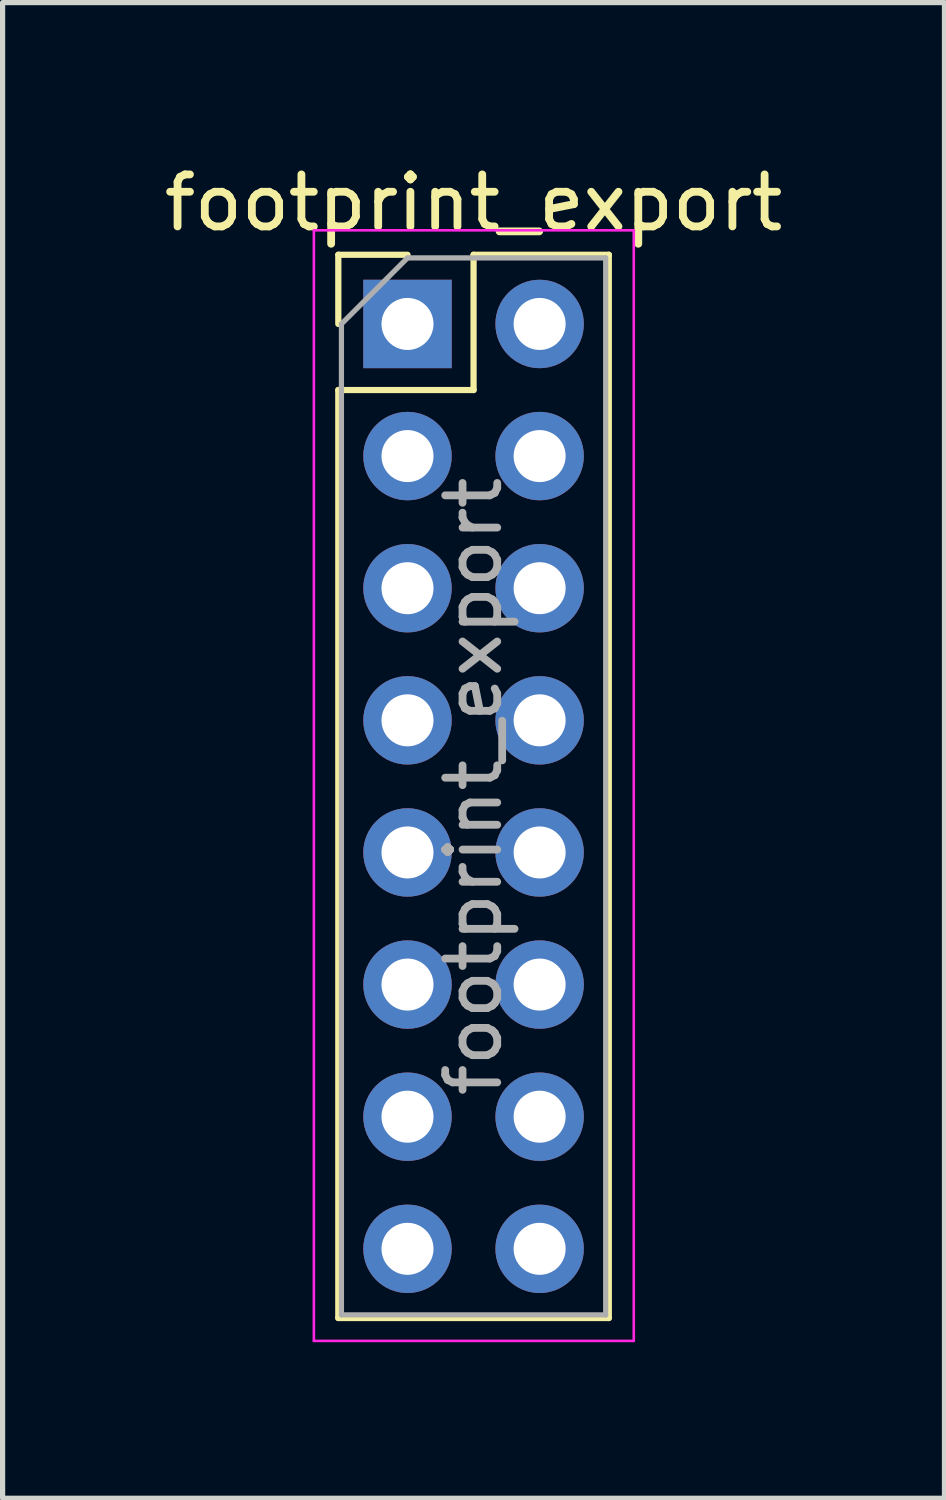
<source format=kicad_pcb>
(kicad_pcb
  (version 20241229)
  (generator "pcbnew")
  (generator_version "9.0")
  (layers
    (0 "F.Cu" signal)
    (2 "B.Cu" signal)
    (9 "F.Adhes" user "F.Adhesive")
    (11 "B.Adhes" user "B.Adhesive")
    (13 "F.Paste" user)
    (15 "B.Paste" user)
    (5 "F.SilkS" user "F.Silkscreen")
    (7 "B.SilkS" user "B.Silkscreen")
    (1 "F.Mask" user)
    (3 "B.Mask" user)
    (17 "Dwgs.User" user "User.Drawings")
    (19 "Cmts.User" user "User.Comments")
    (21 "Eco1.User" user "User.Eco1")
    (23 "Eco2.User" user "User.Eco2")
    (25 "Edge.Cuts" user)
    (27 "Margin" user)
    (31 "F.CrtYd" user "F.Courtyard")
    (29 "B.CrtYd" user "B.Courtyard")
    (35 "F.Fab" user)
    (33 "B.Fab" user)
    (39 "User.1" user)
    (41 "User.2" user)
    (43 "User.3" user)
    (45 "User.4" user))
  (footprint "footprint_export"
    (layer "F.Cu")
    (at 4.784 3.178)
    (property "Reference" "footprint_export" (at 1.27 -2.33 0) (layer "F.SilkS") (effects (font (size 1 1) (thickness 0.15))))
    (attr through_hole)
    (fp_line (start -1.33 -1.33) (end 0 -1.33) (stroke (width 0.12) (type solid)) (layer "F.SilkS"))
    (fp_line (start -1.33 0) (end -1.33 -1.33) (stroke (width 0.12) (type solid)) (layer "F.SilkS"))
    (fp_line (start -1.33 1.27) (end -1.33 19.11) (stroke (width 0.12) (type solid)) (layer "F.SilkS"))
    (fp_line (start -1.33 1.27) (end 1.27 1.27) (stroke (width 0.12) (type solid)) (layer "F.SilkS"))
    (fp_line (start -1.33 19.11) (end 3.87 19.11) (stroke (width 0.12) (type solid)) (layer "F.SilkS"))
    (fp_line (start 1.27 -1.33) (end 3.87 -1.33) (stroke (width 0.12) (type solid)) (layer "F.SilkS"))
    (fp_line (start 1.27 1.27) (end 1.27 -1.33) (stroke (width 0.12) (type solid)) (layer "F.SilkS"))
    (fp_line (start 3.87 -1.33) (end 3.87 19.11) (stroke (width 0.12) (type solid)) (layer "F.SilkS"))
    (fp_line (start -1.8 -1.8) (end -1.8 19.55) (stroke (width 0.05) (type solid)) (layer "F.CrtYd"))
    (fp_line (start -1.8 19.55) (end 4.35 19.55) (stroke (width 0.05) (type solid)) (layer "F.CrtYd"))
    (fp_line (start 4.35 -1.8) (end -1.8 -1.8) (stroke (width 0.05) (type solid)) (layer "F.CrtYd"))
    (fp_line (start 4.35 19.55) (end 4.35 -1.8) (stroke (width 0.05) (type solid)) (layer "F.CrtYd"))
    (fp_line (start -1.27 0) (end 0 -1.27) (stroke (width 0.1) (type solid)) (layer "F.Fab"))
    (fp_line (start -1.27 19.05) (end -1.27 0) (stroke (width 0.1) (type solid)) (layer "F.Fab"))
    (fp_line (start 0 -1.27) (end 3.81 -1.27) (stroke (width 0.1) (type solid)) (layer "F.Fab"))
    (fp_line (start 3.81 -1.27) (end 3.81 19.05) (stroke (width 0.1) (type solid)) (layer "F.Fab"))
    (fp_line (start 3.81 19.05) (end -1.27 19.05) (stroke (width 0.1) (type solid)) (layer "F.Fab"))
    (fp_text user "${REFERENCE}" (at 1.27 8.89 90) (layer "F.Fab") (effects (font (size 1 1) (thickness 0.15))))
    (pad "1" thru_hole rect (at 0 0) (size 1.7 1.7) (drill 1) (layers "*.Cu" "*.Mask"))
    (pad "2" thru_hole oval (at 2.54 0) (size 1.7 1.7) (drill 1) (layers "*.Cu" "*.Mask"))
    (pad "3" thru_hole oval (at 0 2.54) (size 1.7 1.7) (drill 1) (layers "*.Cu" "*.Mask"))
    (pad "4" thru_hole oval (at 2.54 2.54) (size 1.7 1.7) (drill 1) (layers "*.Cu" "*.Mask"))
    (pad "5" thru_hole oval (at 0 5.08) (size 1.7 1.7) (drill 1) (layers "*.Cu" "*.Mask"))
    (pad "6" thru_hole oval (at 2.54 5.08) (size 1.7 1.7) (drill 1) (layers "*.Cu" "*.Mask"))
    (pad "7" thru_hole oval (at 0 7.62) (size 1.7 1.7) (drill 1) (layers "*.Cu" "*.Mask"))
    (pad "8" thru_hole oval (at 2.54 7.62) (size 1.7 1.7) (drill 1) (layers "*.Cu" "*.Mask"))
    (pad "9" thru_hole oval (at 0 10.16) (size 1.7 1.7) (drill 1) (layers "*.Cu" "*.Mask"))
    (pad "10" thru_hole oval (at 2.54 10.16) (size 1.7 1.7) (drill 1) (layers "*.Cu" "*.Mask"))
    (pad "11" thru_hole oval (at 0 12.7) (size 1.7 1.7) (drill 1) (layers "*.Cu" "*.Mask"))
    (pad "12" thru_hole oval (at 2.54 12.7) (size 1.7 1.7) (drill 1) (layers "*.Cu" "*.Mask"))
    (pad "13" thru_hole oval (at 0 15.24) (size 1.7 1.7) (drill 1) (layers "*.Cu" "*.Mask"))
    (pad "14" thru_hole oval (at 2.54 15.24) (size 1.7 1.7) (drill 1) (layers "*.Cu" "*.Mask"))
    (pad "15" thru_hole oval (at 0 17.78) (size 1.7 1.7) (drill 1) (layers "*.Cu" "*.Mask"))
    (pad "16" thru_hole oval (at 2.54 17.78) (size 1.7 1.7) (drill 1) (layers "*.Cu" "*.Mask")))
  (gr_rect
    (start -3 -3)
    (end 15.107 25.753)
    (stroke (width 0.1) (type default))
    (fill no)
    (layer "Edge.Cuts")))
</source>
